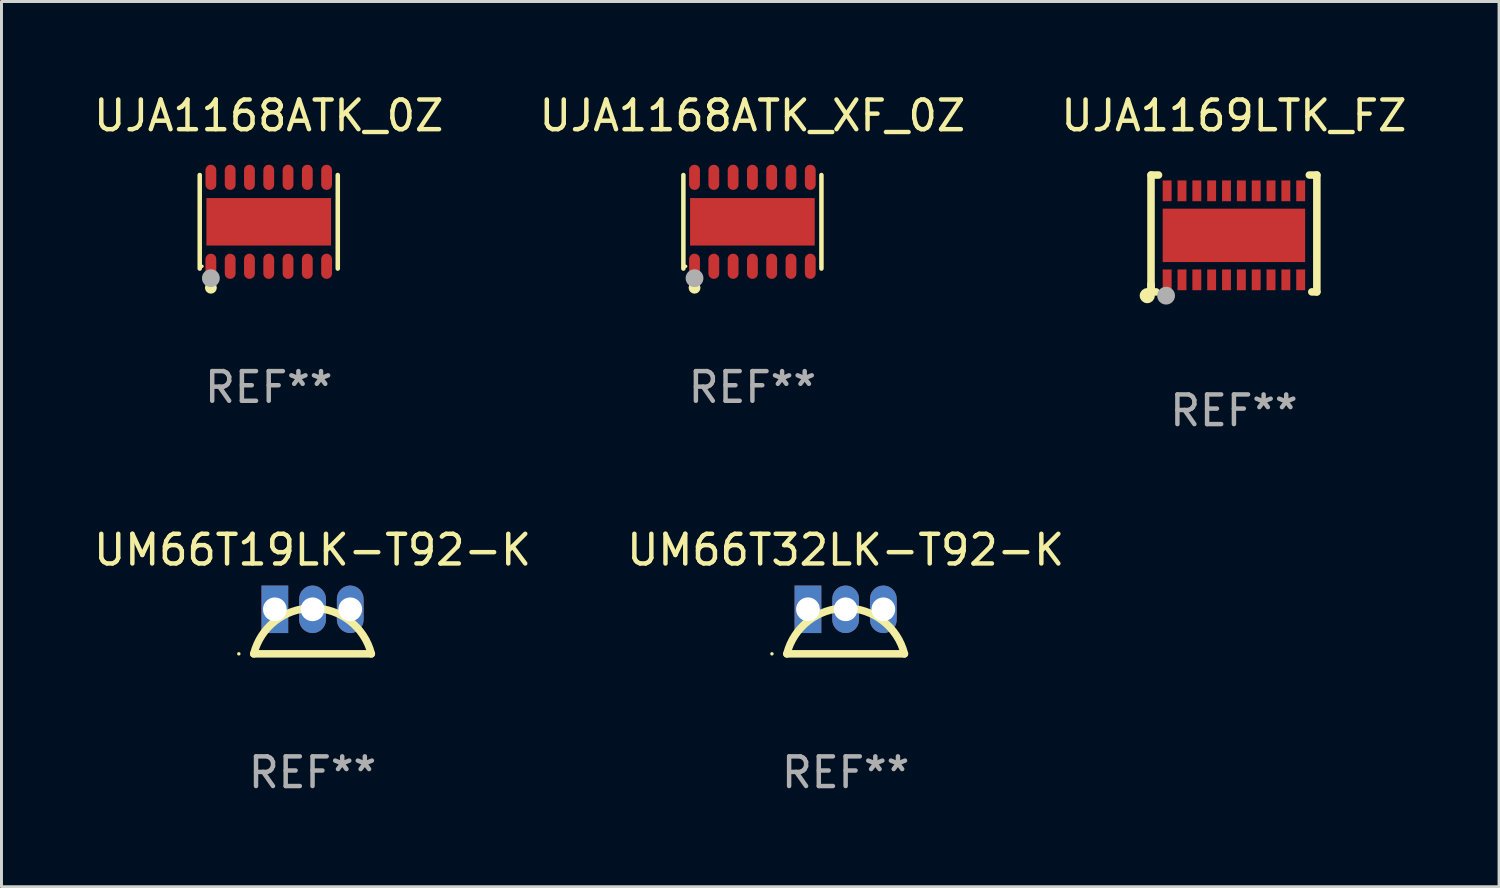
<source format=kicad_pcb>
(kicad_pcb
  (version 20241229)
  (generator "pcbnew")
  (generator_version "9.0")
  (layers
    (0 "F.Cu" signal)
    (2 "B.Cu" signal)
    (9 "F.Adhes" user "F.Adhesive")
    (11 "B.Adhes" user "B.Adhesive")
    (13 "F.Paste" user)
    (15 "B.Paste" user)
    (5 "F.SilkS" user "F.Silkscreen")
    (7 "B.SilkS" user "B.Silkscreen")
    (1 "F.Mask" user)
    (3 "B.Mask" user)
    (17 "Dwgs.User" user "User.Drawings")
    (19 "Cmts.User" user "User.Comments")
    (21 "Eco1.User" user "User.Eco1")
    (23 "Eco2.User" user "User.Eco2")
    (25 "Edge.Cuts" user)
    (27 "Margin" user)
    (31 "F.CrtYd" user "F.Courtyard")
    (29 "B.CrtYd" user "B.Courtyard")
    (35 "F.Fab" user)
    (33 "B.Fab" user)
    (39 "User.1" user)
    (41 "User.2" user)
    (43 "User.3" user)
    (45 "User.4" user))
  (footprint "UM66T19LK-T92-K"
    (layer "F.Cu")
    (at 7.482 18.232)
    (property "Reference" "UM66T19LK-T92-K" (at 0 -2.75 0) (layer "F.SilkS") (effects (font (size 1 1) (thickness 0.15))))
    (attr through_hole)
    (fp_line (start 1.98 0.75) (end -1.98 0.75) (stroke (width 0.254) (type solid)) (layer "F.SilkS"))
    (fp_arc (start -1.981204 0.751206) (mid 0 -0.789989) (end 1.981204 0.751207) (stroke (width 0.254001) (type solid)) (layer "F.SilkS"))
    (fp_circle (center -2.484 0.75) (end -2.454 0.75) (stroke (width 0.06) (type solid)) (fill no) (layer "F.SilkS"))
    (fp_text user "REF**" (at 0 4.75 0) (layer "F.Fab") (effects (font (size 1 1) (thickness 0.15))))
    (pad "1" thru_hole rect (at -1.27 -0.75) (size 0.9 1.6) (drill 0.8) (layers "*.Cu" "*.Mask"))
    (pad "2" thru_hole oval (at 0 -0.75) (size 0.9 1.6) (drill 0.8) (layers "*.Cu" "*.Mask"))
    (pad "3" thru_hole oval (at 1.27 -0.75) (size 0.9 1.6) (drill 0.8) (layers "*.Cu" "*.Mask")))
  (footprint "UJA1169LTK_FZ"
    (layer "F.Cu")
    (at 38.53 4.817)
    (property "Reference" "UJA1169LTK_FZ" (at 0 -3.969 0) (layer "F.SilkS") (effects (font (size 1 1) (thickness 0.15))))
    (attr through_hole)
    (fp_line (start -2.794 -1.969) (end -2.541 -1.969) (stroke (width 0.254) (type solid)) (layer "F.SilkS"))
    (fp_line (start -2.794 1.842) (end -2.794 -1.969) (stroke (width 0.254) (type solid)) (layer "F.SilkS"))
    (fp_line (start -2.794 1.969) (end -2.794 1.715) (stroke (width 0.254) (type solid)) (layer "F.SilkS"))
    (fp_line (start -2.624 1.969) (end -2.794 1.969) (stroke (width 0.254) (type solid)) (layer "F.SilkS"))
    (fp_line (start 2.541 -1.969) (end 2.794 -1.969) (stroke (width 0.254) (type solid)) (layer "F.SilkS"))
    (fp_line (start 2.794 -1.969) (end 2.794 1.969) (stroke (width 0.254) (type solid)) (layer "F.SilkS"))
    (fp_line (start 2.794 1.969) (end 2.624 1.969) (stroke (width 0.254) (type solid)) (layer "F.SilkS"))
    (fp_circle (center -2.921 2.096) (end -2.794 2.096) (stroke (width 0.254) (type solid)) (fill no) (layer "F.SilkS"))
    (fp_circle (center -2.75 1.814) (end -2.72 1.814) (stroke (width 0.06) (type solid)) (fill no) (layer "F.SilkS"))
    (fp_circle (center -2.286 2.096) (end -2.136 2.096) (stroke (width 0.3) (type solid)) (fill no) (layer "F.Fab"))
    (fp_text user "REF**" (at 0 5.969 0) (layer "F.Fab") (effects (font (size 1 1) (thickness 0.15))))
    (pad "1" smd rect (at -2.25 1.564) (size 0.3 0.7) (layers "F.Cu" "F.Mask" "F.Paste"))
    (pad "2" smd rect (at -1.75 1.563) (size 0.3 0.7) (layers "F.Cu" "F.Mask" "F.Paste"))
    (pad "3" smd rect (at -1.25 1.563) (size 0.3 0.7) (layers "F.Cu" "F.Mask" "F.Paste"))
    (pad "4" smd rect (at -0.75 1.563) (size 0.3 0.7) (layers "F.Cu" "F.Mask" "F.Paste"))
    (pad "5" smd rect (at -0.25 1.563) (size 0.3 0.7) (layers "F.Cu" "F.Mask" "F.Paste"))
    (pad "6" smd rect (at 0.25 1.563) (size 0.3 0.7) (layers "F.Cu" "F.Mask" "F.Paste"))
    (pad "7" smd rect (at 0.75 1.563) (size 0.3 0.7) (layers "F.Cu" "F.Mask" "F.Paste"))
    (pad "8" smd rect (at 1.25 1.563) (size 0.3 0.7) (layers "F.Cu" "F.Mask" "F.Paste"))
    (pad "9" smd rect (at 1.75 1.563) (size 0.3 0.7) (layers "F.Cu" "F.Mask" "F.Paste"))
    (pad "10" smd rect (at 2.25 1.563) (size 0.3 0.7) (layers "F.Cu" "F.Mask" "F.Paste"))
    (pad "11" smd rect (at 2.25 -1.437) (size 0.3 0.7) (layers "F.Cu" "F.Mask" "F.Paste"))
    (pad "12" smd rect (at 1.75 -1.437) (size 0.3 0.7) (layers "F.Cu" "F.Mask" "F.Paste"))
    (pad "13" smd rect (at 1.25 -1.437) (size 0.3 0.7) (layers "F.Cu" "F.Mask" "F.Paste"))
    (pad "14" smd rect (at 0.75 -1.437) (size 0.3 0.7) (layers "F.Cu" "F.Mask" "F.Paste"))
    (pad "15" smd rect (at 0.25 -1.437) (size 0.3 0.7) (layers "F.Cu" "F.Mask" "F.Paste"))
    (pad "16" smd rect (at -0.25 -1.437) (size 0.3 0.7) (layers "F.Cu" "F.Mask" "F.Paste"))
    (pad "17" smd rect (at -0.75 -1.437) (size 0.3 0.7) (layers "F.Cu" "F.Mask" "F.Paste"))
    (pad "18" smd rect (at -1.25 -1.437) (size 0.3 0.7) (layers "F.Cu" "F.Mask" "F.Paste"))
    (pad "19" smd rect (at -1.75 -1.437) (size 0.3 0.7) (layers "F.Cu" "F.Mask" "F.Paste"))
    (pad "20" smd rect (at -2.25 -1.437) (size 0.3 0.7) (layers "F.Cu" "F.Mask" "F.Paste"))
    (pad "21" smd rect (at 0 0.064) (size 4.8 1.8) (layers "F.Cu" "F.Mask" "F.Paste")))
  (footprint "UJA1168ATK_XF_0Z"
    (layer "F.Cu")
    (at 22.304 4.424)
    (property "Reference" "UJA1168ATK_XF_0Z" (at 0 -3.576 0) (layer "F.SilkS") (effects (font (size 1 1) (thickness 0.15))))
    (attr through_hole)
    (fp_line (start -2.326 1.576) (end -2.326 -1.576) (stroke (width 0.152) (type solid)) (layer "F.SilkS"))
    (fp_line (start 2.326 -1.576) (end 2.326 1.576) (stroke (width 0.152) (type solid)) (layer "F.SilkS"))
    (fp_circle (center -2.25 1.5) (end -2.22 1.5) (stroke (width 0.06) (type solid)) (fill no) (layer "F.SilkS"))
    (fp_circle (center -1.95 2.222) (end -1.85 2.222) (stroke (width 0.2) (type solid)) (fill no) (layer "F.SilkS"))
    (fp_circle (center -1.95 1.9) (end -1.8 1.9) (stroke (width 0.3) (type solid)) (fill no) (layer "F.Fab"))
    (fp_text user "REF**" (at 0 5.576 0) (layer "F.Fab") (effects (font (size 1 1) (thickness 0.15))))
    (pad "1" smd oval (at -1.95 1.499) (size 0.364 0.847) (layers "F.Cu" "F.Mask" "F.Paste"))
    (pad "2" smd oval (at -1.3 1.499) (size 0.364 0.847) (layers "F.Cu" "F.Mask" "F.Paste"))
    (pad "3" smd oval (at -0.65 1.499) (size 0.364 0.847) (layers "F.Cu" "F.Mask" "F.Paste"))
    (pad "4" smd oval (at 0 1.499) (size 0.364 0.847) (layers "F.Cu" "F.Mask" "F.Paste"))
    (pad "5" smd oval (at 0.65 1.499) (size 0.364 0.847) (layers "F.Cu" "F.Mask" "F.Paste"))
    (pad "6" smd oval (at 1.3 1.499) (size 0.364 0.847) (layers "F.Cu" "F.Mask" "F.Paste"))
    (pad "7" smd oval (at 1.95 1.499) (size 0.364 0.847) (layers "F.Cu" "F.Mask" "F.Paste"))
    (pad "8" smd oval (at 1.95 -1.499) (size 0.364 0.847) (layers "F.Cu" "F.Mask" "F.Paste"))
    (pad "9" smd oval (at 1.3 -1.499) (size 0.364 0.847) (layers "F.Cu" "F.Mask" "F.Paste"))
    (pad "10" smd oval (at 0.65 -1.499) (size 0.364 0.847) (layers "F.Cu" "F.Mask" "F.Paste"))
    (pad "11" smd oval (at 0 -1.499) (size 0.364 0.847) (layers "F.Cu" "F.Mask" "F.Paste"))
    (pad "12" smd oval (at -0.65 -1.499) (size 0.364 0.847) (layers "F.Cu" "F.Mask" "F.Paste"))
    (pad "13" smd oval (at -1.3 -1.499) (size 0.364 0.847) (layers "F.Cu" "F.Mask" "F.Paste"))
    (pad "14" smd oval (at -1.95 -1.499) (size 0.364 0.847) (layers "F.Cu" "F.Mask" "F.Paste"))
    (pad "15" smd rect (at 0 0) (size 4.2 1.6) (layers "F.Cu" "F.Mask" "F.Paste")))
  (footprint "UJA1168ATK_0Z"
    (layer "F.Cu")
    (at 6.006 4.424)
    (property "Reference" "UJA1168ATK_0Z" (at 0 -3.576 0) (layer "F.SilkS") (effects (font (size 1 1) (thickness 0.15))))
    (attr through_hole)
    (fp_line (start -2.326 1.576) (end -2.326 -1.576) (stroke (width 0.152) (type solid)) (layer "F.SilkS"))
    (fp_line (start 2.326 -1.576) (end 2.326 1.576) (stroke (width 0.152) (type solid)) (layer "F.SilkS"))
    (fp_circle (center -2.25 1.5) (end -2.22 1.5) (stroke (width 0.06) (type solid)) (fill no) (layer "F.SilkS"))
    (fp_circle (center -1.95 2.222) (end -1.85 2.222) (stroke (width 0.2) (type solid)) (fill no) (layer "F.SilkS"))
    (fp_circle (center -1.95 1.9) (end -1.8 1.9) (stroke (width 0.3) (type solid)) (fill no) (layer "F.Fab"))
    (fp_text user "REF**" (at 0 5.576 0) (layer "F.Fab") (effects (font (size 1 1) (thickness 0.15))))
    (pad "1" smd oval (at -1.95 1.499) (size 0.364 0.847) (layers "F.Cu" "F.Mask" "F.Paste"))
    (pad "2" smd oval (at -1.3 1.499) (size 0.364 0.847) (layers "F.Cu" "F.Mask" "F.Paste"))
    (pad "3" smd oval (at -0.65 1.499) (size 0.364 0.847) (layers "F.Cu" "F.Mask" "F.Paste"))
    (pad "4" smd oval (at 0 1.499) (size 0.364 0.847) (layers "F.Cu" "F.Mask" "F.Paste"))
    (pad "5" smd oval (at 0.65 1.499) (size 0.364 0.847) (layers "F.Cu" "F.Mask" "F.Paste"))
    (pad "6" smd oval (at 1.3 1.499) (size 0.364 0.847) (layers "F.Cu" "F.Mask" "F.Paste"))
    (pad "7" smd oval (at 1.95 1.499) (size 0.364 0.847) (layers "F.Cu" "F.Mask" "F.Paste"))
    (pad "8" smd oval (at 1.95 -1.499) (size 0.364 0.847) (layers "F.Cu" "F.Mask" "F.Paste"))
    (pad "9" smd oval (at 1.3 -1.499) (size 0.364 0.847) (layers "F.Cu" "F.Mask" "F.Paste"))
    (pad "10" smd oval (at 0.65 -1.499) (size 0.364 0.847) (layers "F.Cu" "F.Mask" "F.Paste"))
    (pad "11" smd oval (at 0 -1.499) (size 0.364 0.847) (layers "F.Cu" "F.Mask" "F.Paste"))
    (pad "12" smd oval (at -0.65 -1.499) (size 0.364 0.847) (layers "F.Cu" "F.Mask" "F.Paste"))
    (pad "13" smd oval (at -1.3 -1.499) (size 0.364 0.847) (layers "F.Cu" "F.Mask" "F.Paste"))
    (pad "14" smd oval (at -1.95 -1.499) (size 0.364 0.847) (layers "F.Cu" "F.Mask" "F.Paste"))
    (pad "15" smd rect (at 0 0) (size 4.2 1.6) (layers "F.Cu" "F.Mask" "F.Paste")))
  (footprint "UM66T32LK-T92-K"
    (layer "F.Cu")
    (at 25.446 18.232)
    (property "Reference" "UM66T32LK-T92-K" (at 0 -2.75 0) (layer "F.SilkS") (effects (font (size 1 1) (thickness 0.15))))
    (attr through_hole)
    (fp_line (start 1.98 0.75) (end -1.98 0.75) (stroke (width 0.254) (type solid)) (layer "F.SilkS"))
    (fp_arc (start -1.981204 0.751206) (mid 0 -0.789989) (end 1.981204 0.751207) (stroke (width 0.254001) (type solid)) (layer "F.SilkS"))
    (fp_circle (center -2.484 0.75) (end -2.454 0.75) (stroke (width 0.06) (type solid)) (fill no) (layer "F.SilkS"))
    (fp_text user "REF**" (at 0 4.75 0) (layer "F.Fab") (effects (font (size 1 1) (thickness 0.15))))
    (pad "1" thru_hole rect (at -1.27 -0.75) (size 0.9 1.6) (drill 0.8) (layers "*.Cu" "*.Mask"))
    (pad "2" thru_hole oval (at 0 -0.75) (size 0.9 1.6) (drill 0.8) (layers "*.Cu" "*.Mask"))
    (pad "3" thru_hole oval (at 1.27 -0.75) (size 0.9 1.6) (drill 0.8) (layers "*.Cu" "*.Mask")))
  (gr_rect
    (start -3 -3)
    (end 47.464 26.83)
    (stroke (width 0.1) (type default))
    (fill no)
    (layer "Edge.Cuts")))
</source>
